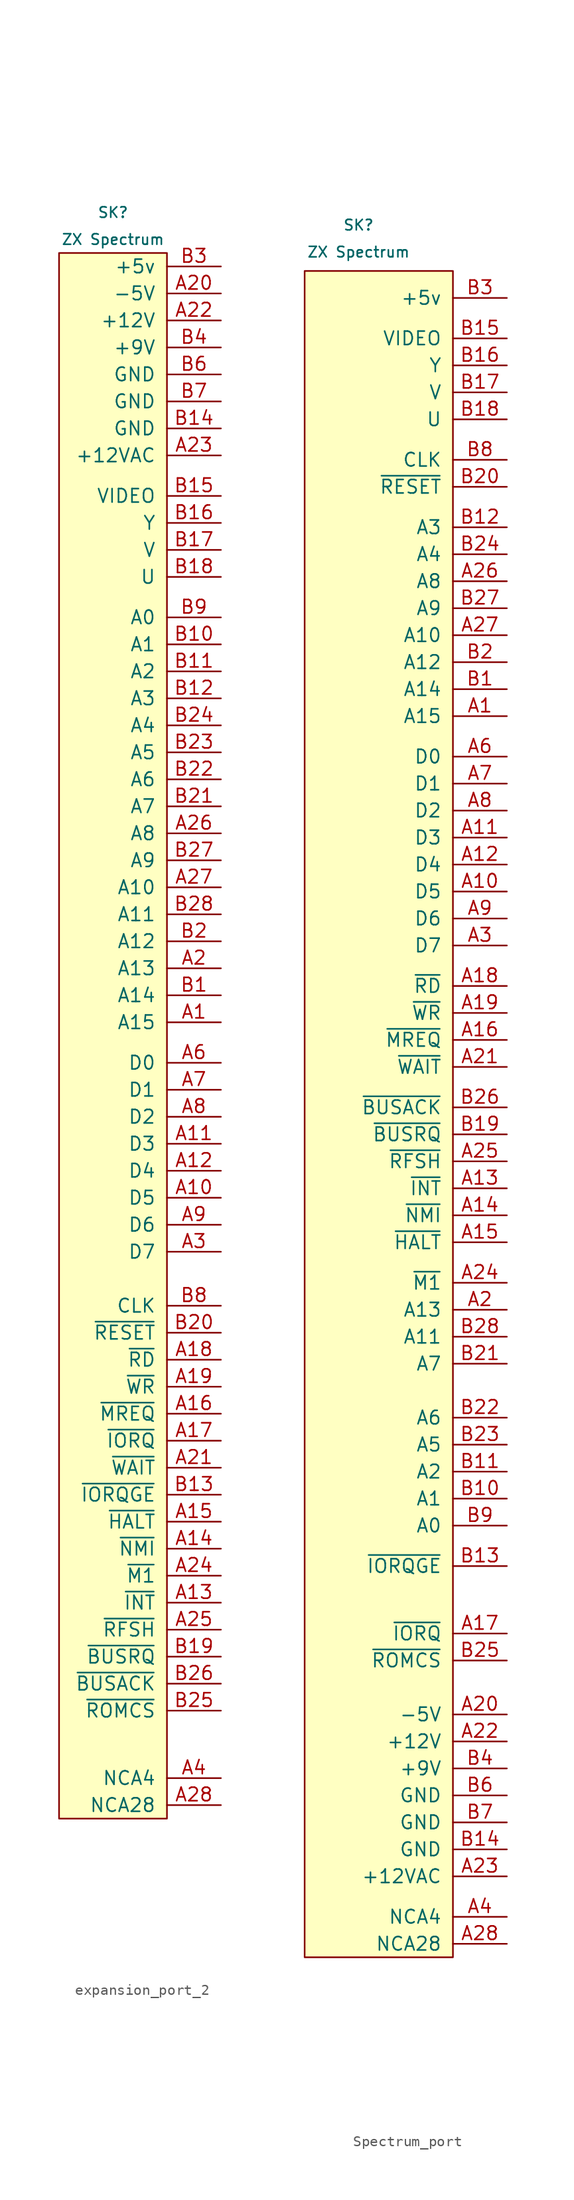
<source format=kicad_sym>
(kicad_symbol_lib
  (version 20211014)
  (generator SamacSys_ECAD_Model)
  (symbol "expansion_port_2"
    (pin_names
      (offset 1.016))
    (property "Reference" "SK"
      (at 12.7 86.36 0)
      (effects (font (size 0.991 0.991))))
    (property "Value" "ZX Spectrum"
      (at 12.7 83.82 0)
      (effects (font (size 0.991 0.991))))
    (symbol "expansion_port_2_0_0"
      (rectangle (start 7.62 82.55) (end 17.78 -64.77) (stroke (width 0) (type default)) (fill (type background))))
    (symbol "expansion_port_2_1_1"
      (pin tri_state line (at 22.86 10.16 180) (length 5.08) (name "A15" (effects (font (size 1.27 1.27)))) (number "A1" (effects (font (size 1.27 1.27)))))
      (pin bidirectional line (at 22.86 -6.35 180) (length 5.08) (name "D5" (effects (font (size 1.27 1.27)))) (number "A10" (effects (font (size 1.27 1.27)))))
      (pin bidirectional line (at 22.86 -1.27 180) (length 5.08) (name "D3" (effects (font (size 1.27 1.27)))) (number "A11" (effects (font (size 1.27 1.27)))))
      (pin bidirectional line (at 22.86 -3.81 180) (length 5.08) (name "D4" (effects (font (size 1.27 1.27)))) (number "A12" (effects (font (size 1.27 1.27)))))
      (pin input line (at 22.86 -44.45 180) (length 5.08) (name "~{INT}" (effects (font (size 1.27 1.27)))) (number "A13" (effects (font (size 1.27 1.27)))))
      (pin input line (at 22.86 -39.37 180) (length 5.08) (name "~{NMI}" (effects (font (size 1.27 1.27)))) (number "A14" (effects (font (size 1.27 1.27)))))
      (pin input line (at 22.86 -36.83 180) (length 5.08) (name "~{HALT}" (effects (font (size 1.27 1.27)))) (number "A15" (effects (font (size 1.27 1.27)))))
      (pin output line (at 22.86 -26.67 180) (length 5.08) (name "~{MREQ}" (effects (font (size 1.27 1.27)))) (number "A16" (effects (font (size 1.27 1.27)))))
      (pin output line (at 22.86 -29.21 180) (length 5.08) (name "~{IORQ}" (effects (font (size 1.27 1.27)))) (number "A17" (effects (font (size 1.27 1.27)))))
      (pin output line (at 22.86 -21.59 180) (length 5.08) (name "~{RD}" (effects (font (size 1.27 1.27)))) (number "A18" (effects (font (size 1.27 1.27)))))
      (pin output line (at 22.86 -24.13 180) (length 5.08) (name "~{WR}" (effects (font (size 1.27 1.27)))) (number "A19" (effects (font (size 1.27 1.27)))))
      (pin tri_state line (at 22.86 15.24 180) (length 5.08) (name "A13" (effects (font (size 1.27 1.27)))) (number "A2" (effects (font (size 1.27 1.27)))))
      (pin power_out line (at 22.86 78.74 180) (length 5.08) (name "-5V" (effects (font (size 1.27 1.27)))) (number "A20" (effects (font (size 1.27 1.27)))))
      (pin input line (at 22.86 -31.75 180) (length 5.08) (name "~{WAIT}" (effects (font (size 1.27 1.27)))) (number "A21" (effects (font (size 1.27 1.27)))))
      (pin power_out line (at 22.86 76.2 180) (length 5.08) (name "+12V" (effects (font (size 1.27 1.27)))) (number "A22" (effects (font (size 1.27 1.27)))))
      (pin power_out line (at 22.86 63.5 180) (length 5.08) (name "+12VAC" (effects (font (size 1.27 1.27)))) (number "A23" (effects (font (size 1.27 1.27)))))
      (pin output line (at 22.86 -41.91 180) (length 5.08) (name "~{M1}" (effects (font (size 1.27 1.27)))) (number "A24" (effects (font (size 1.27 1.27)))))
      (pin input line (at 22.86 -46.99 180) (length 5.08) (name "~{RFSH}" (effects (font (size 1.27 1.27)))) (number "A25" (effects (font (size 1.27 1.27)))))
      (pin tri_state line (at 22.86 27.94 180) (length 5.08) (name "A8" (effects (font (size 1.27 1.27)))) (number "A26" (effects (font (size 1.27 1.27)))))
      (pin tri_state line (at 22.86 22.86 180) (length 5.08) (name "A10" (effects (font (size 1.27 1.27)))) (number "A27" (effects (font (size 1.27 1.27)))))
      (pin bidirectional line (at 22.86 -63.5 180) (length 5.08) (name "NCA28" (effects (font (size 1.27 1.27)))) (number "A28" (effects (font (size 1.27 1.27)))))
      (pin bidirectional line (at 22.86 -11.43 180) (length 5.08) (name "D7" (effects (font (size 1.27 1.27)))) (number "A3" (effects (font (size 1.27 1.27)))))
      (pin bidirectional line (at 22.86 -60.96 180) (length 5.08) (name "NCA4" (effects (font (size 1.27 1.27)))) (number "A4" (effects (font (size 1.27 1.27)))))
      (pin bidirectional line (at 22.86 6.35 180) (length 5.08) (name "D0" (effects (font (size 1.27 1.27)))) (number "A6" (effects (font (size 1.27 1.27)))))
      (pin bidirectional line (at 22.86 3.81 180) (length 5.08) (name "D1" (effects (font (size 1.27 1.27)))) (number "A7" (effects (font (size 1.27 1.27)))))
      (pin bidirectional line (at 22.86 1.27 180) (length 5.08) (name "D2" (effects (font (size 1.27 1.27)))) (number "A8" (effects (font (size 1.27 1.27)))))
      (pin bidirectional line (at 22.86 -8.89 180) (length 5.08) (name "D6" (effects (font (size 1.27 1.27)))) (number "A9" (effects (font (size 1.27 1.27)))))
      (pin tri_state line (at 22.86 12.7 180) (length 5.08) (name "A14" (effects (font (size 1.27 1.27)))) (number "B1" (effects (font (size 1.27 1.27)))))
      (pin tri_state line (at 22.86 45.72 180) (length 5.08) (name "A1" (effects (font (size 1.27 1.27)))) (number "B10" (effects (font (size 1.27 1.27)))))
      (pin tri_state line (at 22.86 43.18 180) (length 5.08) (name "A2" (effects (font (size 1.27 1.27)))) (number "B11" (effects (font (size 1.27 1.27)))))
      (pin tri_state line (at 22.86 40.64 180) (length 5.08) (name "A3" (effects (font (size 1.27 1.27)))) (number "B12" (effects (font (size 1.27 1.27)))))
      (pin input line (at 22.86 -34.29 180) (length 5.08) (name "~{IORQGE}" (effects (font (size 1.27 1.27)))) (number "B13" (effects (font (size 1.27 1.27)))))
      (pin power_out line (at 22.86 66.04 180) (length 5.08) (name "GND" (effects (font (size 1.27 1.27)))) (number "B14" (effects (font (size 1.27 1.27)))))
      (pin input line (at 22.86 59.69 180) (length 5.08) (name "VIDEO" (effects (font (size 1.27 1.27)))) (number "B15" (effects (font (size 1.27 1.27)))))
      (pin input line (at 22.86 57.15 180) (length 5.08) (name "Y" (effects (font (size 1.27 1.27)))) (number "B16" (effects (font (size 1.27 1.27)))))
      (pin input line (at 22.86 54.61 180) (length 5.08) (name "V" (effects (font (size 1.27 1.27)))) (number "B17" (effects (font (size 1.27 1.27)))))
      (pin input line (at 22.86 52.07 180) (length 5.08) (name "U" (effects (font (size 1.27 1.27)))) (number "B18" (effects (font (size 1.27 1.27)))))
      (pin passive line (at 22.86 -49.53 180) (length 5.08) (name "~{BUSRQ}" (effects (font (size 1.27 1.27)))) (number "B19" (effects (font (size 1.27 1.27)))))
      (pin tri_state line (at 22.86 17.78 180) (length 5.08) (name "A12" (effects (font (size 1.27 1.27)))) (number "B2" (effects (font (size 1.27 1.27)))))
      (pin passive line (at 22.86 -19.05 180) (length 5.08) (name "~{RESET}" (effects (font (size 1.27 1.27)))) (number "B20" (effects (font (size 1.27 1.27)))))
      (pin tri_state line (at 22.86 30.48 180) (length 5.08) (name "A7" (effects (font (size 1.27 1.27)))) (number "B21" (effects (font (size 1.27 1.27)))))
      (pin tri_state line (at 22.86 33.02 180) (length 5.08) (name "A6" (effects (font (size 1.27 1.27)))) (number "B22" (effects (font (size 1.27 1.27)))))
      (pin tri_state line (at 22.86 35.56 180) (length 5.08) (name "A5" (effects (font (size 1.27 1.27)))) (number "B23" (effects (font (size 1.27 1.27)))))
      (pin tri_state line (at 22.86 38.1 180) (length 5.08) (name "A4" (effects (font (size 1.27 1.27)))) (number "B24" (effects (font (size 1.27 1.27)))))
      (pin input line (at 22.86 -54.61 180) (length 5.08) (name "~{ROMCS}" (effects (font (size 1.27 1.27)))) (number "B25" (effects (font (size 1.27 1.27)))))
      (pin input line (at 22.86 -52.07 180) (length 5.08) (name "~{BUSACK}" (effects (font (size 1.27 1.27)))) (number "B26" (effects (font (size 1.27 1.27)))))
      (pin tri_state line (at 22.86 25.4 180) (length 5.08) (name "A9" (effects (font (size 1.27 1.27)))) (number "B27" (effects (font (size 1.27 1.27)))))
      (pin tri_state line (at 22.86 20.32 180) (length 5.08) (name "A11" (effects (font (size 1.27 1.27)))) (number "B28" (effects (font (size 1.27 1.27)))))
      (pin power_out line (at 22.86 81.28 180) (length 5.08) (name "+5v" (effects (font (size 1.27 1.27)))) (number "B3" (effects (font (size 1.27 1.27)))))
      (pin power_out line (at 22.86 73.66 180) (length 5.08) (name "+9V" (effects (font (size 1.27 1.27)))) (number "B4" (effects (font (size 1.27 1.27)))))
      (pin power_out line (at 22.86 71.12 180) (length 5.08) (name "GND" (effects (font (size 1.27 1.27)))) (number "B6" (effects (font (size 1.27 1.27)))))
      (pin power_out line (at 22.86 68.58 180) (length 5.08) (name "GND" (effects (font (size 1.27 1.27)))) (number "B7" (effects (font (size 1.27 1.27)))))
      (pin output line (at 22.86 -16.51 180) (length 5.08) (name "CLK" (effects (font (size 1.27 1.27)))) (number "B8" (effects (font (size 1.27 1.27)))))
      (pin tri_state line (at 22.86 48.26 180) (length 5.08) (name "A0" (effects (font (size 1.27 1.27)))) (number "B9" (effects (font (size 1.27 1.27)))))))
  (symbol "Spectrum_port"
    (pin_names
      (offset 1.016))
    (property "Reference" "SK"
      (at 8.89 86.868 0)
      (effects (font (size 0.991 0.991))))
    (property "Value" "ZX Spectrum"
      (at 8.89 84.328 0)
      (effects (font (size 0.991 0.991))))
    (symbol "Spectrum_port_0_0"
      (rectangle (start 3.81 82.55) (end 17.78 -76.2) (stroke (width 0) (type default)) (fill (type background))))
    (symbol "Spectrum_port_1_1"
      (pin tri_state line (at 22.86 40.64 180) (length 5.08) (name "A15" (effects (font (size 1.27 1.27)))) (number "A1" (effects (font (size 1.27 1.27)))))
      (pin bidirectional line (at 22.86 24.13 180) (length 5.08) (name "D5" (effects (font (size 1.27 1.27)))) (number "A10" (effects (font (size 1.27 1.27)))))
      (pin bidirectional line (at 22.86 29.21 180) (length 5.08) (name "D3" (effects (font (size 1.27 1.27)))) (number "A11" (effects (font (size 1.27 1.27)))))
      (pin bidirectional line (at 22.86 26.67 180) (length 5.08) (name "D4" (effects (font (size 1.27 1.27)))) (number "A12" (effects (font (size 1.27 1.27)))))
      (pin input line (at 22.86 -3.81 180) (length 5.08) (name "~{INT}" (effects (font (size 1.27 1.27)))) (number "A13" (effects (font (size 1.27 1.27)))))
      (pin input line (at 22.86 -6.35 180) (length 5.08) (name "~{NMI}" (effects (font (size 1.27 1.27)))) (number "A14" (effects (font (size 1.27 1.27)))))
      (pin input line (at 22.86 -8.89 180) (length 5.08) (name "~{HALT}" (effects (font (size 1.27 1.27)))) (number "A15" (effects (font (size 1.27 1.27)))))
      (pin output line (at 22.86 10.16 180) (length 5.08) (name "~{MREQ}" (effects (font (size 1.27 1.27)))) (number "A16" (effects (font (size 1.27 1.27)))))
      (pin output line (at 22.86 -45.72 180) (length 5.08) (name "~{IORQ}" (effects (font (size 1.27 1.27)))) (number "A17" (effects (font (size 1.27 1.27)))))
      (pin output line (at 22.86 15.24 180) (length 5.08) (name "~{RD}" (effects (font (size 1.27 1.27)))) (number "A18" (effects (font (size 1.27 1.27)))))
      (pin output line (at 22.86 12.7 180) (length 5.08) (name "~{WR}" (effects (font (size 1.27 1.27)))) (number "A19" (effects (font (size 1.27 1.27)))))
      (pin tri_state line (at 22.86 -15.24 180) (length 5.08) (name "A13" (effects (font (size 1.27 1.27)))) (number "A2" (effects (font (size 1.27 1.27)))))
      (pin power_out line (at 22.86 -53.34 180) (length 5.08) (name "-5V" (effects (font (size 1.27 1.27)))) (number "A20" (effects (font (size 1.27 1.27)))))
      (pin input line (at 22.86 7.62 180) (length 5.08) (name "~{WAIT}" (effects (font (size 1.27 1.27)))) (number "A21" (effects (font (size 1.27 1.27)))))
      (pin power_out line (at 22.86 -55.88 180) (length 5.08) (name "+12V" (effects (font (size 1.27 1.27)))) (number "A22" (effects (font (size 1.27 1.27)))))
      (pin power_out line (at 22.86 -68.58 180) (length 5.08) (name "+12VAC" (effects (font (size 1.27 1.27)))) (number "A23" (effects (font (size 1.27 1.27)))))
      (pin output line (at 22.86 -12.7 180) (length 5.08) (name "~{M1}" (effects (font (size 1.27 1.27)))) (number "A24" (effects (font (size 1.27 1.27)))))
      (pin input line (at 22.86 -1.27 180) (length 5.08) (name "~{RFSH}" (effects (font (size 1.27 1.27)))) (number "A25" (effects (font (size 1.27 1.27)))))
      (pin tri_state line (at 22.86 53.34 180) (length 5.08) (name "A8" (effects (font (size 1.27 1.27)))) (number "A26" (effects (font (size 1.27 1.27)))))
      (pin tri_state line (at 22.86 48.26 180) (length 5.08) (name "A10" (effects (font (size 1.27 1.27)))) (number "A27" (effects (font (size 1.27 1.27)))))
      (pin passive line (at 22.86 -74.93 180) (length 5.08) (name "NCA28" (effects (font (size 1.27 1.27)))) (number "A28" (effects (font (size 1.27 1.27)))))
      (pin bidirectional line (at 22.86 19.05 180) (length 5.08) (name "D7" (effects (font (size 1.27 1.27)))) (number "A3" (effects (font (size 1.27 1.27)))))
      (pin passive line (at 22.86 -72.39 180) (length 5.08) (name "NCA4" (effects (font (size 1.27 1.27)))) (number "A4" (effects (font (size 1.27 1.27)))))
      (pin bidirectional line (at 22.86 36.83 180) (length 5.08) (name "D0" (effects (font (size 1.27 1.27)))) (number "A6" (effects (font (size 1.27 1.27)))))
      (pin bidirectional line (at 22.86 34.29 180) (length 5.08) (name "D1" (effects (font (size 1.27 1.27)))) (number "A7" (effects (font (size 1.27 1.27)))))
      (pin bidirectional line (at 22.86 31.75 180) (length 5.08) (name "D2" (effects (font (size 1.27 1.27)))) (number "A8" (effects (font (size 1.27 1.27)))))
      (pin bidirectional line (at 22.86 21.59 180) (length 5.08) (name "D6" (effects (font (size 1.27 1.27)))) (number "A9" (effects (font (size 1.27 1.27)))))
      (pin tri_state line (at 22.86 43.18 180) (length 5.08) (name "A14" (effects (font (size 1.27 1.27)))) (number "B1" (effects (font (size 1.27 1.27)))))
      (pin tri_state line (at 22.86 -33.02 180) (length 5.08) (name "A1" (effects (font (size 1.27 1.27)))) (number "B10" (effects (font (size 1.27 1.27)))))
      (pin tri_state line (at 22.86 -30.48 180) (length 5.08) (name "A2" (effects (font (size 1.27 1.27)))) (number "B11" (effects (font (size 1.27 1.27)))))
      (pin tri_state line (at 22.86 58.42 180) (length 5.08) (name "A3" (effects (font (size 1.27 1.27)))) (number "B12" (effects (font (size 1.27 1.27)))))
      (pin input line (at 22.86 -39.37 180) (length 5.08) (name "~{IORQGE}" (effects (font (size 1.27 1.27)))) (number "B13" (effects (font (size 1.27 1.27)))))
      (pin passive line (at 22.86 -66.04 180) (length 5.08) (name "GND" (effects (font (size 1.27 1.27)))) (number "B14" (effects (font (size 1.27 1.27)))))
      (pin input line (at 22.86 76.2 180) (length 5.08) (name "VIDEO" (effects (font (size 1.27 1.27)))) (number "B15" (effects (font (size 1.27 1.27)))))
      (pin input line (at 22.86 73.66 180) (length 5.08) (name "Y" (effects (font (size 1.27 1.27)))) (number "B16" (effects (font (size 1.27 1.27)))))
      (pin input line (at 22.86 71.12 180) (length 5.08) (name "V" (effects (font (size 1.27 1.27)))) (number "B17" (effects (font (size 1.27 1.27)))))
      (pin input line (at 22.86 68.58 180) (length 5.08) (name "U" (effects (font (size 1.27 1.27)))) (number "B18" (effects (font (size 1.27 1.27)))))
      (pin passive line (at 22.86 1.27 180) (length 5.08) (name "~{BUSRQ}" (effects (font (size 1.27 1.27)))) (number "B19" (effects (font (size 1.27 1.27)))))
      (pin tri_state line (at 22.86 45.72 180) (length 5.08) (name "A12" (effects (font (size 1.27 1.27)))) (number "B2" (effects (font (size 1.27 1.27)))))
      (pin passive line (at 22.86 62.23 180) (length 5.08) (name "~{RESET}" (effects (font (size 1.27 1.27)))) (number "B20" (effects (font (size 1.27 1.27)))))
      (pin tri_state line (at 22.86 -20.32 180) (length 5.08) (name "A7" (effects (font (size 1.27 1.27)))) (number "B21" (effects (font (size 1.27 1.27)))))
      (pin tri_state line (at 22.86 -25.4 180) (length 5.08) (name "A6" (effects (font (size 1.27 1.27)))) (number "B22" (effects (font (size 1.27 1.27)))))
      (pin tri_state line (at 22.86 -27.94 180) (length 5.08) (name "A5" (effects (font (size 1.27 1.27)))) (number "B23" (effects (font (size 1.27 1.27)))))
      (pin tri_state line (at 22.86 55.88 180) (length 5.08) (name "A4" (effects (font (size 1.27 1.27)))) (number "B24" (effects (font (size 1.27 1.27)))))
      (pin input line (at 22.86 -48.26 180) (length 5.08) (name "~{ROMCS}" (effects (font (size 1.27 1.27)))) (number "B25" (effects (font (size 1.27 1.27)))))
      (pin input line (at 22.86 3.81 180) (length 5.08) (name "~{BUSACK}" (effects (font (size 1.27 1.27)))) (number "B26" (effects (font (size 1.27 1.27)))))
      (pin tri_state line (at 22.86 50.8 180) (length 5.08) (name "A9" (effects (font (size 1.27 1.27)))) (number "B27" (effects (font (size 1.27 1.27)))))
      (pin tri_state line (at 22.86 -17.78 180) (length 5.08) (name "A11" (effects (font (size 1.27 1.27)))) (number "B28" (effects (font (size 1.27 1.27)))))
      (pin power_out line (at 22.86 80.01 180) (length 5.08) (name "+5v" (effects (font (size 1.27 1.27)))) (number "B3" (effects (font (size 1.27 1.27)))))
      (pin power_out line (at 22.86 -58.42 180) (length 5.08) (name "+9V" (effects (font (size 1.27 1.27)))) (number "B4" (effects (font (size 1.27 1.27)))))
      (pin power_out line (at 22.86 -60.96 180) (length 5.08) (name "GND" (effects (font (size 1.27 1.27)))) (number "B6" (effects (font (size 1.27 1.27)))))
      (pin passive line (at 22.86 -63.5 180) (length 5.08) (name "GND" (effects (font (size 1.27 1.27)))) (number "B7" (effects (font (size 1.27 1.27)))))
      (pin output line (at 22.86 64.77 180) (length 5.08) (name "CLK" (effects (font (size 1.27 1.27)))) (number "B8" (effects (font (size 1.27 1.27)))))
      (pin tri_state line (at 22.86 -35.56 180) (length 5.08) (name "A0" (effects (font (size 1.27 1.27)))) (number "B9" (effects (font (size 1.27 1.27))))))))
</source>
